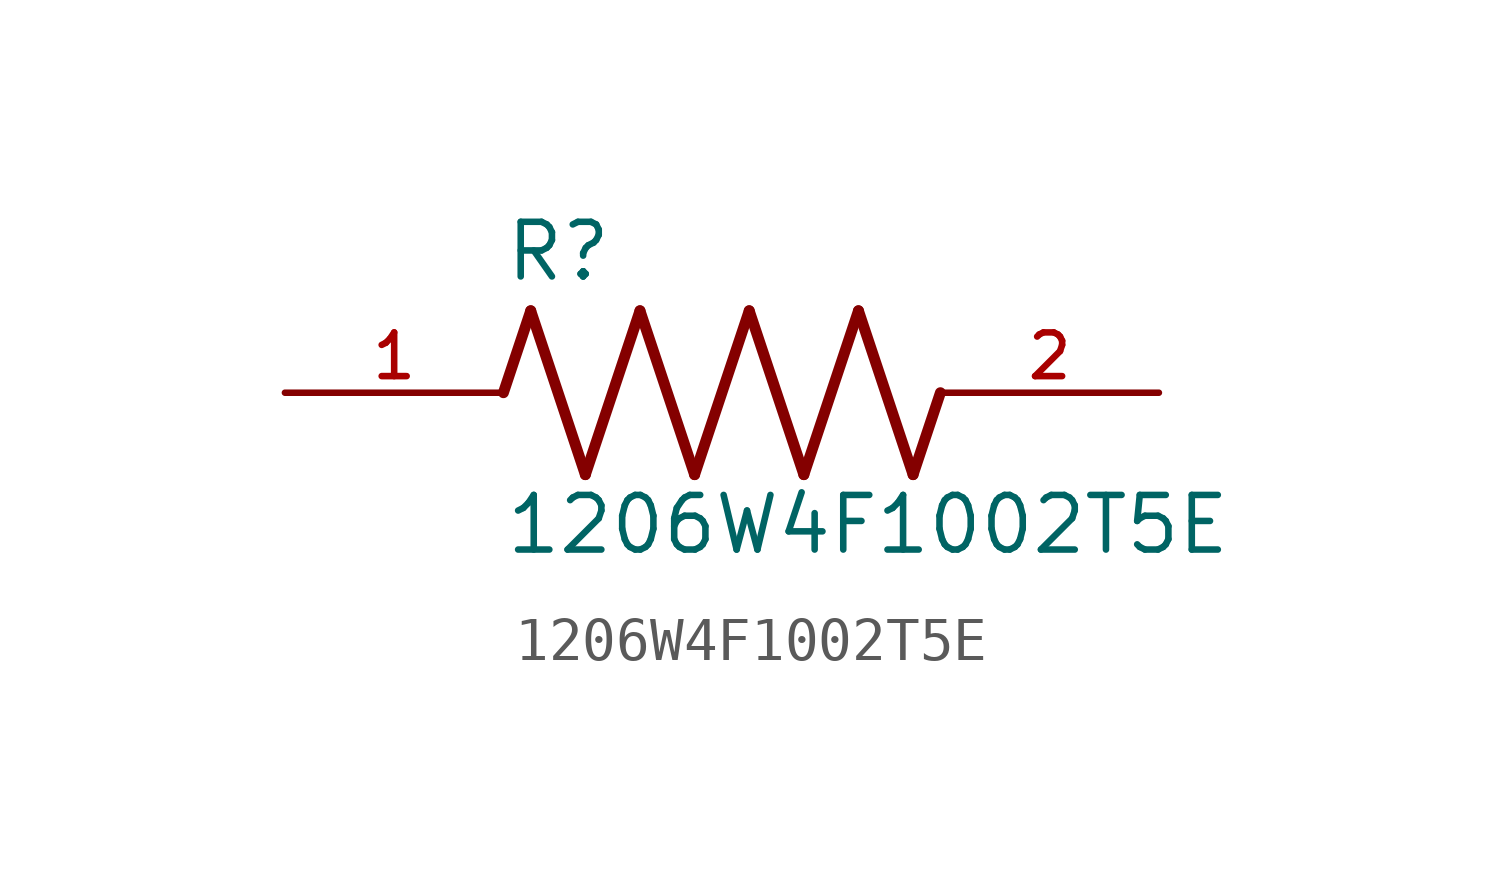
<source format=kicad_sym>
(kicad_symbol_lib
  (version 20211014)
  (generator kicad_symbol_editor)
  (symbol "1206W4F1002T5E"
    (pin_names
      (offset 1.016))
    (property "Reference" "R"
      (at -5.08 2.54 0)
      (effects (font (size 1.27 1.27)) (justify bottom left)))
    (property "Value" "1206W4F1002T5E"
      (at -5.08 -3.81 0)
      (effects (font (size 1.27 1.27)) (justify bottom left)))
    (symbol "1206W4F1002T5E_0_0"
      (polyline (pts (xy -5.08 0.0) (xy -4.445 1.905)) (stroke (width 0.254)))
      (polyline (pts (xy -4.445 1.905) (xy -3.175 -1.905)) (stroke (width 0.254)))
      (polyline (pts (xy -3.175 -1.905) (xy -1.905 1.905)) (stroke (width 0.254)))
      (polyline (pts (xy -1.905 1.905) (xy -0.635 -1.905)) (stroke (width 0.254)))
      (polyline (pts (xy -0.635 -1.905) (xy 0.635 1.905)) (stroke (width 0.254)))
      (polyline (pts (xy 0.635 1.905) (xy 1.905 -1.905)) (stroke (width 0.254)))
      (polyline (pts (xy 1.905 -1.905) (xy 3.175 1.905)) (stroke (width 0.254)))
      (polyline (pts (xy 3.175 1.905) (xy 4.445 -1.905)) (stroke (width 0.254)))
      (polyline (pts (xy 4.445 -1.905) (xy 5.08 0.0)) (stroke (width 0.254)))
      (pin passive line (at -10.16 0.0 0) (length 5.08) (name "~" (effects (font (size 1.016 1.016)))) (number "1" (effects (font (size 1.016 1.016)))))
      (pin passive line (at 10.16 0.0 180.0) (length 5.08) (name "~" (effects (font (size 1.016 1.016)))) (number "2" (effects (font (size 1.016 1.016))))))))
</source>
